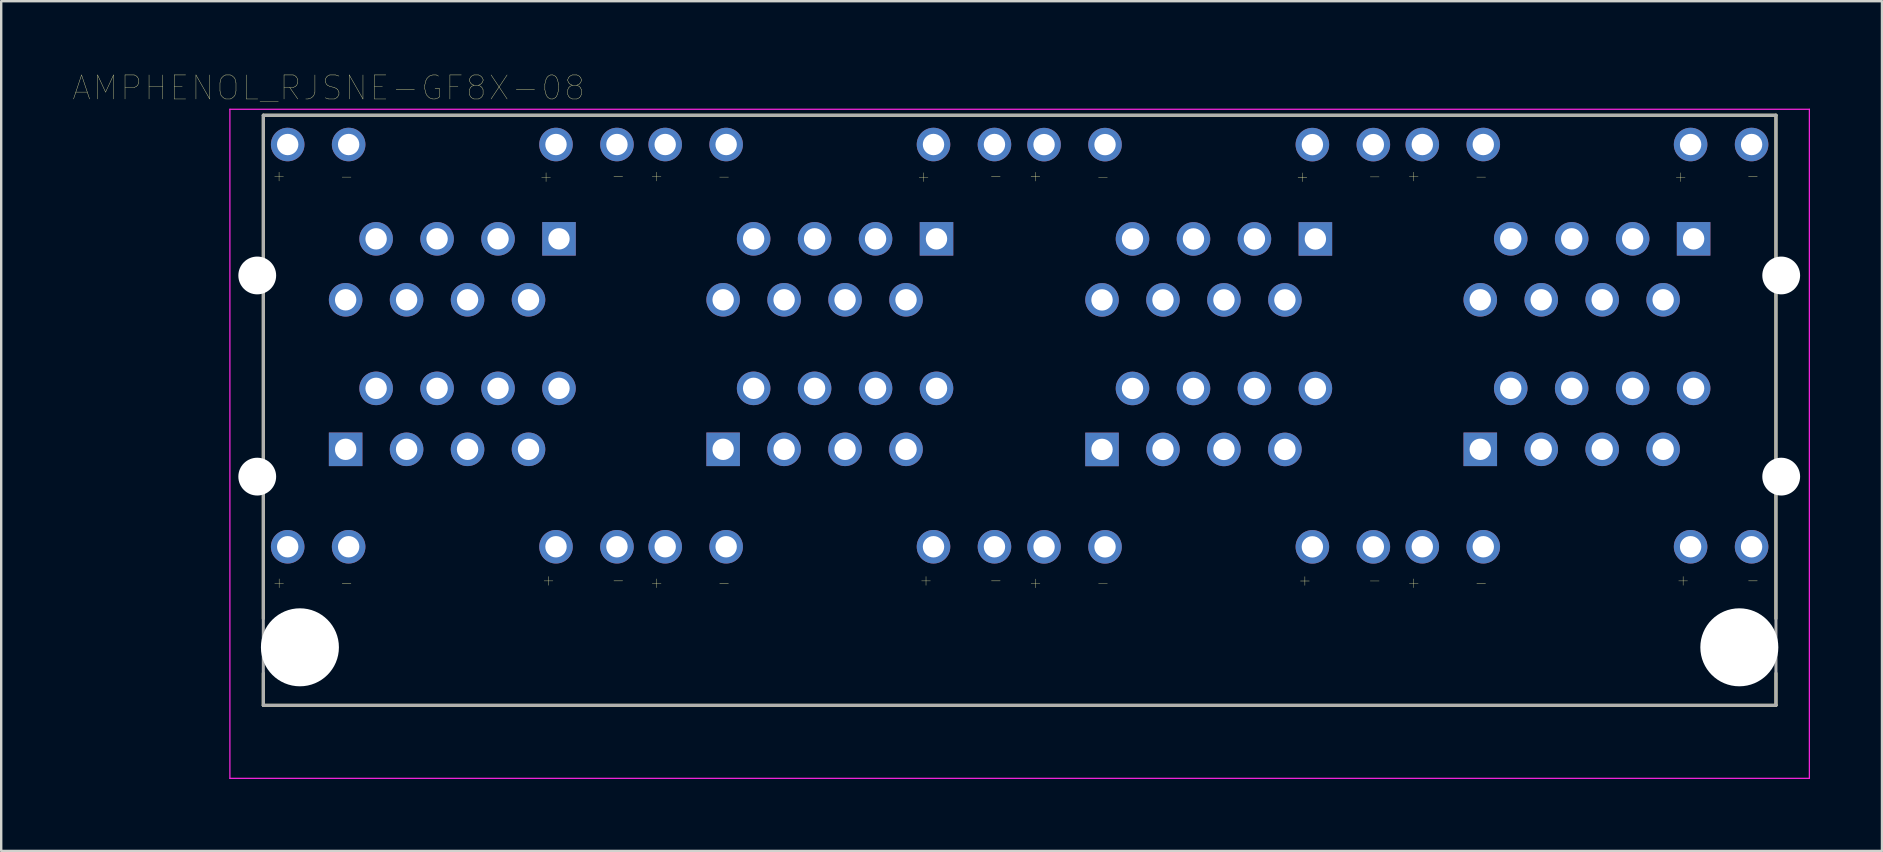
<source format=kicad_pcb>
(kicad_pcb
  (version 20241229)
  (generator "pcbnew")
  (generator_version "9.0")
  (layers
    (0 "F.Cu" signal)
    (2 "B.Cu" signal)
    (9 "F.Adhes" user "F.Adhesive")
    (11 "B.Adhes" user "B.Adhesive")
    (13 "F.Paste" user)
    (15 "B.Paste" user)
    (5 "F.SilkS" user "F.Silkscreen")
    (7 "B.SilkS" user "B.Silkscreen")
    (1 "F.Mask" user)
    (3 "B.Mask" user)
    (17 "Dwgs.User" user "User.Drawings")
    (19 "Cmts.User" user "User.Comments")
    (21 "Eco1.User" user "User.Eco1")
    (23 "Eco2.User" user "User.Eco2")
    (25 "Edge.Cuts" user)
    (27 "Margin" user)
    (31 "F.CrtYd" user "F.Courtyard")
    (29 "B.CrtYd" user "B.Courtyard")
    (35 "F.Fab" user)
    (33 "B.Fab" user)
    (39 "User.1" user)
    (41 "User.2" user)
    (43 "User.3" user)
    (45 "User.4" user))
  (footprint "AMPHENOL_RJSNE-GF8X-08"
    (layer "F.Cu")
    (at 15.797 23.922)
    (property "Reference" "AMPHENOL_RJSNE-GF8X-08" (at -5.153 -23.311 0) (layer "F.SilkS") (effects (font (size 1.001 1.001) (thickness 0.015))))
    (attr through_hole)
    (fp_line (start -7.876 1.08) (end -7.876 2.416) (stroke (width 0.127) (type solid)) (layer "F.SilkS"))
    (fp_line (start -7.876 2.416) (end 55.154 2.416) (stroke (width 0.127) (type solid)) (layer "F.SilkS"))
    (fp_line (start -7.875 -22.17) (end -7.875 -1.196) (stroke (width 0.127) (type solid)) (layer "F.SilkS"))
    (fp_line (start -7.875 -22.17) (end 55.153 -22.17) (stroke (width 0.127) (type solid)) (layer "F.SilkS"))
    (fp_line (start 55.153 -22.17) (end 55.151 -1.196) (stroke (width 0.127) (type solid)) (layer "F.SilkS"))
    (fp_line (start 55.154 2.416) (end 55.154 1.08) (stroke (width 0.127) (type solid)) (layer "F.SilkS"))
    (fp_line (start -9.268 -22.42) (end -9.268 5.46) (stroke (width 0.05) (type solid)) (layer "F.CrtYd"))
    (fp_line (start -9.268 5.46) (end 56.545 5.46) (stroke (width 0.05) (type solid)) (layer "F.CrtYd"))
    (fp_line (start 56.545 -22.42) (end -9.268 -22.42) (stroke (width 0.05) (type solid)) (layer "F.CrtYd"))
    (fp_line (start 56.545 5.46) (end 56.545 -22.42) (stroke (width 0.05) (type solid)) (layer "F.CrtYd"))
    (fp_line (start -7.875 -22.17) (end -7.875 2.416) (stroke (width 0.127) (type solid)) (layer "F.Fab"))
    (fp_line (start -7.875 2.416) (end 55.153 2.416) (stroke (width 0.127) (type solid)) (layer "F.Fab"))
    (fp_line (start 55.153 -22.17) (end -7.875 -22.17) (stroke (width 0.127) (type solid)) (layer "F.Fab"))
    (fp_line (start 55.153 2.416) (end 55.153 -22.17) (stroke (width 0.127) (type solid)) (layer "F.Fab"))
    (fp_text user "-" (at 11.324 -2.704 0) (layer "F.SilkS") (effects (font (size 0.481 0.481) (thickness 0.015))))
    (fp_text user "+" (at 51.285 -2.805 0) (layer "F.SilkS") (effects (font (size 0.481 0.481) (thickness 0.015))))
    (fp_text user "+" (at 24.301 -2.702 0) (layer "F.SilkS") (effects (font (size 0.481 0.481) (thickness 0.015))))
    (fp_text user "-" (at 6.917 -2.807 0) (layer "F.SilkS") (effects (font (size 0.481 0.481) (thickness 0.015))))
    (fp_text user "+" (at 19.636 -19.628 0) (layer "F.SilkS") (effects (font (size 0.481 0.481) (thickness 0.015))))
    (fp_text user "-" (at 42.87 -19.631 0) (layer "F.SilkS") (effects (font (size 0.481 0.481) (thickness 0.015))))
    (fp_text user "+" (at 8.511 -19.653 0) (layer "F.SilkS") (effects (font (size 0.481 0.481) (thickness 0.015))))
    (fp_text user "+" (at 24.298 -19.649 0) (layer "F.SilkS") (effects (font (size 0.481 0.481) (thickness 0.015))))
    (fp_text user "+" (at 4.008 -2.805 0) (layer "F.SilkS") (effects (font (size 0.481 0.481) (thickness 0.015))))
    (fp_text user "+" (at 3.906 -19.628 0) (layer "F.SilkS") (effects (font (size 0.481 0.481) (thickness 0.015))))
    (fp_text user "+" (at -7.219 -19.653 0) (layer "F.SilkS") (effects (font (size 0.481 0.481) (thickness 0.015))))
    (fp_text user "-" (at 27.111 -2.7 0) (layer "F.SilkS") (effects (font (size 0.481 0.481) (thickness 0.015))))
    (fp_text user "-" (at 38.433 -19.64 0) (layer "F.SilkS") (effects (font (size 0.481 0.481) (thickness 0.015))))
    (fp_text user "+" (at 40.058 -19.653 0) (layer "F.SilkS") (effects (font (size 0.481 0.481) (thickness 0.015))))
    (fp_text user "+" (at 8.514 -2.706 0) (layer "F.SilkS") (effects (font (size 0.481 0.481) (thickness 0.015))))
    (fp_text user "+" (at 35.525 -2.801 0) (layer "F.SilkS") (effects (font (size 0.481 0.481) (thickness 0.015))))
    (fp_text user "-" (at 38.434 -2.803 0) (layer "F.SilkS") (effects (font (size 0.481 0.481) (thickness 0.015))))
    (fp_text user "-" (at 54.194 -2.807 0) (layer "F.SilkS") (effects (font (size 0.481 0.481) (thickness 0.015))))
    (fp_text user "+" (at 40.061 -2.706 0) (layer "F.SilkS") (effects (font (size 0.481 0.481) (thickness 0.015))))
    (fp_text user "-" (at 11.323 -19.631 0) (layer "F.SilkS") (effects (font (size 0.481 0.481) (thickness 0.015))))
    (fp_text user "+" (at 51.183 -19.628 0) (layer "F.SilkS") (effects (font (size 0.481 0.481) (thickness 0.015))))
    (fp_text user "+" (at 35.423 -19.624 0) (layer "F.SilkS") (effects (font (size 0.481 0.481) (thickness 0.015))))
    (fp_text user "-" (at 54.193 -19.644 0) (layer "F.SilkS") (effects (font (size 0.481 0.481) (thickness 0.015))))
    (fp_text user "-" (at 42.871 -2.704 0) (layer "F.SilkS") (effects (font (size 0.481 0.481) (thickness 0.015))))
    (fp_text user "+" (at 19.738 -2.805 0) (layer "F.SilkS") (effects (font (size 0.481 0.481) (thickness 0.015))))
    (fp_text user "-" (at 6.915 -19.644 0) (layer "F.SilkS") (effects (font (size 0.481 0.481) (thickness 0.015))))
    (fp_text user "-" (at -4.406 -2.704 0) (layer "F.SilkS") (effects (font (size 0.481 0.481) (thickness 0.015))))
    (fp_text user "-" (at 22.647 -2.807 0) (layer "F.SilkS") (effects (font (size 0.481 0.481) (thickness 0.015))))
    (fp_text user "-" (at -4.407 -19.631 0) (layer "F.SilkS") (effects (font (size 0.481 0.481) (thickness 0.015))))
    (fp_text user "-" (at 22.645 -19.644 0) (layer "F.SilkS") (effects (font (size 0.481 0.481) (thickness 0.015))))
    (fp_text user "-" (at 27.11 -19.628 0) (layer "F.SilkS") (effects (font (size 0.481 0.481) (thickness 0.015))))
    (fp_text user "+" (at -7.216 -2.706 0) (layer "F.SilkS") (effects (font (size 0.481 0.481) (thickness 0.015))))
    (pad "" np_thru_hole circle (at -8.128 -15.494) (size 1.575 1.575) (drill 1.575) (layers "*.Cu" "*.Mask"))
    (pad "" np_thru_hole circle (at -8.128 -7.112) (size 1.575 1.575) (drill 1.575) (layers "*.Cu" "*.Mask"))
    (pad "" np_thru_hole circle (at -6.35 0) (size 3.25 3.25) (drill 3.25) (layers "*.Cu" "*.Mask"))
    (pad "" np_thru_hole circle (at 53.627 0) (size 3.25 3.25) (drill 3.25) (layers "*.Cu" "*.Mask"))
    (pad "" np_thru_hole circle (at 55.372 -15.494) (size 1.575 1.575) (drill 1.575) (layers "*.Cu" "*.Mask"))
    (pad "" np_thru_hole circle (at 55.372 -7.112) (size 1.575 1.575) (drill 1.575) (layers "*.Cu" "*.Mask"))
    (pad "11" thru_hole rect (at -4.445 -8.25) (size 1.398 1.398) (drill 0.89) (layers "*.Cu" "*.Mask"))
    (pad "12" thru_hole circle (at -3.175 -10.79) (size 1.398 1.398) (drill 0.89) (layers "*.Cu" "*.Mask"))
    (pad "13" thru_hole circle (at -1.905 -8.25) (size 1.398 1.398) (drill 0.89) (layers "*.Cu" "*.Mask"))
    (pad "14" thru_hole circle (at -0.635 -10.79) (size 1.398 1.398) (drill 0.89) (layers "*.Cu" "*.Mask"))
    (pad "15" thru_hole circle (at 0.635 -8.25) (size 1.398 1.398) (drill 0.89) (layers "*.Cu" "*.Mask"))
    (pad "16" thru_hole circle (at 1.905 -10.79) (size 1.398 1.398) (drill 0.89) (layers "*.Cu" "*.Mask"))
    (pad "17" thru_hole circle (at 3.175 -8.25) (size 1.398 1.398) (drill 0.89) (layers "*.Cu" "*.Mask"))
    (pad "18" thru_hole circle (at 4.445 -10.79) (size 1.398 1.398) (drill 0.89) (layers "*.Cu" "*.Mask"))
    (pad "19" thru_hole circle (at 6.86 -4.19) (size 1.398 1.398) (drill 0.89) (layers "*.Cu" "*.Mask"))
    (pad "21" thru_hole rect (at 4.445 -17.02) (size 1.398 1.398) (drill 0.89) (layers "*.Cu" "*.Mask"))
    (pad "22" thru_hole circle (at 3.175 -14.48) (size 1.398 1.398) (drill 0.89) (layers "*.Cu" "*.Mask"))
    (pad "23" thru_hole circle (at 1.905 -17.02) (size 1.398 1.398) (drill 0.89) (layers "*.Cu" "*.Mask"))
    (pad "24" thru_hole circle (at 0.635 -14.48) (size 1.398 1.398) (drill 0.89) (layers "*.Cu" "*.Mask"))
    (pad "25" thru_hole circle (at -0.635 -17.02) (size 1.398 1.398) (drill 0.89) (layers "*.Cu" "*.Mask"))
    (pad "26" thru_hole circle (at -1.905 -14.48) (size 1.398 1.398) (drill 0.89) (layers "*.Cu" "*.Mask"))
    (pad "27" thru_hole circle (at -3.175 -17.02) (size 1.398 1.398) (drill 0.89) (layers "*.Cu" "*.Mask"))
    (pad "28" thru_hole circle (at -4.445 -14.48) (size 1.398 1.398) (drill 0.89) (layers "*.Cu" "*.Mask"))
    (pad "29" thru_hole circle (at 6.86 -20.95) (size 1.398 1.398) (drill 0.89) (layers "*.Cu" "*.Mask"))
    (pad "31" thru_hole rect (at 11.285 -8.25) (size 1.398 1.398) (drill 0.89) (layers "*.Cu" "*.Mask"))
    (pad "32" thru_hole circle (at 12.555 -10.79) (size 1.398 1.398) (drill 0.89) (layers "*.Cu" "*.Mask"))
    (pad "33" thru_hole circle (at 13.825 -8.25) (size 1.398 1.398) (drill 0.89) (layers "*.Cu" "*.Mask"))
    (pad "34" thru_hole circle (at 15.095 -10.79) (size 1.398 1.398) (drill 0.89) (layers "*.Cu" "*.Mask"))
    (pad "35" thru_hole circle (at 16.365 -8.25) (size 1.398 1.398) (drill 0.89) (layers "*.Cu" "*.Mask"))
    (pad "36" thru_hole circle (at 17.635 -10.79) (size 1.398 1.398) (drill 0.89) (layers "*.Cu" "*.Mask"))
    (pad "37" thru_hole circle (at 18.905 -8.25) (size 1.398 1.398) (drill 0.89) (layers "*.Cu" "*.Mask"))
    (pad "38" thru_hole circle (at 20.175 -10.79) (size 1.398 1.398) (drill 0.89) (layers "*.Cu" "*.Mask"))
    (pad "39" thru_hole circle (at 22.59 -4.19) (size 1.398 1.398) (drill 0.89) (layers "*.Cu" "*.Mask"))
    (pad "41" thru_hole rect (at 20.175 -17.02) (size 1.398 1.398) (drill 0.89) (layers "*.Cu" "*.Mask"))
    (pad "42" thru_hole circle (at 18.905 -14.48) (size 1.398 1.398) (drill 0.89) (layers "*.Cu" "*.Mask"))
    (pad "43" thru_hole circle (at 17.635 -17.02) (size 1.398 1.398) (drill 0.89) (layers "*.Cu" "*.Mask"))
    (pad "44" thru_hole circle (at 16.365 -14.48) (size 1.398 1.398) (drill 0.89) (layers "*.Cu" "*.Mask"))
    (pad "45" thru_hole circle (at 15.095 -17.02) (size 1.398 1.398) (drill 0.89) (layers "*.Cu" "*.Mask"))
    (pad "46" thru_hole circle (at 13.825 -14.48) (size 1.398 1.398) (drill 0.89) (layers "*.Cu" "*.Mask"))
    (pad "47" thru_hole circle (at 12.555 -17.02) (size 1.398 1.398) (drill 0.89) (layers "*.Cu" "*.Mask"))
    (pad "48" thru_hole circle (at 11.285 -14.48) (size 1.398 1.398) (drill 0.89) (layers "*.Cu" "*.Mask"))
    (pad "49" thru_hole circle (at 22.59 -20.95) (size 1.398 1.398) (drill 0.89) (layers "*.Cu" "*.Mask"))
    (pad "51" thru_hole rect (at 27.072 -8.246) (size 1.398 1.398) (drill 0.89) (layers "*.Cu" "*.Mask"))
    (pad "52" thru_hole circle (at 28.342 -10.786) (size 1.398 1.398) (drill 0.89) (layers "*.Cu" "*.Mask"))
    (pad "53" thru_hole circle (at 29.612 -8.246) (size 1.398 1.398) (drill 0.89) (layers "*.Cu" "*.Mask"))
    (pad "54" thru_hole circle (at 30.882 -10.786) (size 1.398 1.398) (drill 0.89) (layers "*.Cu" "*.Mask"))
    (pad "55" thru_hole circle (at 32.152 -8.246) (size 1.398 1.398) (drill 0.89) (layers "*.Cu" "*.Mask"))
    (pad "56" thru_hole circle (at 33.422 -10.786) (size 1.398 1.398) (drill 0.89) (layers "*.Cu" "*.Mask"))
    (pad "57" thru_hole circle (at 34.692 -8.246) (size 1.398 1.398) (drill 0.89) (layers "*.Cu" "*.Mask"))
    (pad "58" thru_hole circle (at 35.962 -10.786) (size 1.398 1.398) (drill 0.89) (layers "*.Cu" "*.Mask"))
    (pad "59" thru_hole circle (at 38.377 -4.186) (size 1.398 1.398) (drill 0.89) (layers "*.Cu" "*.Mask"))
    (pad "61" thru_hole rect (at 35.962 -17.016) (size 1.398 1.398) (drill 0.89) (layers "*.Cu" "*.Mask"))
    (pad "62" thru_hole circle (at 34.692 -14.476) (size 1.398 1.398) (drill 0.89) (layers "*.Cu" "*.Mask"))
    (pad "63" thru_hole circle (at 33.422 -17.016) (size 1.398 1.398) (drill 0.89) (layers "*.Cu" "*.Mask"))
    (pad "64" thru_hole circle (at 32.152 -14.476) (size 1.398 1.398) (drill 0.89) (layers "*.Cu" "*.Mask"))
    (pad "65" thru_hole circle (at 30.882 -17.016) (size 1.398 1.398) (drill 0.89) (layers "*.Cu" "*.Mask"))
    (pad "66" thru_hole circle (at 29.612 -14.476) (size 1.398 1.398) (drill 0.89) (layers "*.Cu" "*.Mask"))
    (pad "67" thru_hole circle (at 28.342 -17.016) (size 1.398 1.398) (drill 0.89) (layers "*.Cu" "*.Mask"))
    (pad "68" thru_hole circle (at 27.072 -14.476) (size 1.398 1.398) (drill 0.89) (layers "*.Cu" "*.Mask"))
    (pad "69" thru_hole circle (at 38.377 -20.946) (size 1.398 1.398) (drill 0.89) (layers "*.Cu" "*.Mask"))
    (pad "71" thru_hole rect (at 42.833 -8.25) (size 1.398 1.398) (drill 0.89) (layers "*.Cu" "*.Mask"))
    (pad "72" thru_hole circle (at 44.102 -10.79) (size 1.398 1.398) (drill 0.89) (layers "*.Cu" "*.Mask"))
    (pad "73" thru_hole circle (at 45.373 -8.25) (size 1.398 1.398) (drill 0.89) (layers "*.Cu" "*.Mask"))
    (pad "74" thru_hole circle (at 46.642 -10.79) (size 1.398 1.398) (drill 0.89) (layers "*.Cu" "*.Mask"))
    (pad "75" thru_hole circle (at 47.913 -8.25) (size 1.398 1.398) (drill 0.89) (layers "*.Cu" "*.Mask"))
    (pad "76" thru_hole circle (at 49.182 -10.79) (size 1.398 1.398) (drill 0.89) (layers "*.Cu" "*.Mask"))
    (pad "77" thru_hole circle (at 50.453 -8.25) (size 1.398 1.398) (drill 0.89) (layers "*.Cu" "*.Mask"))
    (pad "78" thru_hole circle (at 51.722 -10.79) (size 1.398 1.398) (drill 0.89) (layers "*.Cu" "*.Mask"))
    (pad "79" thru_hole circle (at 54.138 -4.19) (size 1.398 1.398) (drill 0.89) (layers "*.Cu" "*.Mask"))
    (pad "81" thru_hole rect (at 51.722 -17.02) (size 1.398 1.398) (drill 0.89) (layers "*.Cu" "*.Mask"))
    (pad "82" thru_hole circle (at 50.453 -14.48) (size 1.398 1.398) (drill 0.89) (layers "*.Cu" "*.Mask"))
    (pad "83" thru_hole circle (at 49.182 -17.02) (size 1.398 1.398) (drill 0.89) (layers "*.Cu" "*.Mask"))
    (pad "84" thru_hole circle (at 47.913 -14.48) (size 1.398 1.398) (drill 0.89) (layers "*.Cu" "*.Mask"))
    (pad "85" thru_hole circle (at 46.642 -17.02) (size 1.398 1.398) (drill 0.89) (layers "*.Cu" "*.Mask"))
    (pad "86" thru_hole circle (at 45.373 -14.48) (size 1.398 1.398) (drill 0.89) (layers "*.Cu" "*.Mask"))
    (pad "87" thru_hole circle (at 44.102 -17.02) (size 1.398 1.398) (drill 0.89) (layers "*.Cu" "*.Mask"))
    (pad "88" thru_hole circle (at 42.833 -14.48) (size 1.398 1.398) (drill 0.89) (layers "*.Cu" "*.Mask"))
    (pad "89" thru_hole circle (at 54.138 -20.95) (size 1.398 1.398) (drill 0.89) (layers "*.Cu" "*.Mask"))
    (pad "110" thru_hole circle (at 4.32 -4.19) (size 1.398 1.398) (drill 0.89) (layers "*.Cu" "*.Mask"))
    (pad "111" thru_hole circle (at -4.32 -4.19) (size 1.398 1.398) (drill 0.89) (layers "*.Cu" "*.Mask"))
    (pad "112" thru_hole circle (at -6.86 -4.19) (size 1.398 1.398) (drill 0.89) (layers "*.Cu" "*.Mask"))
    (pad "210" thru_hole circle (at 4.32 -20.95) (size 1.398 1.398) (drill 0.89) (layers "*.Cu" "*.Mask"))
    (pad "211" thru_hole circle (at -4.32 -20.95) (size 1.398 1.398) (drill 0.89) (layers "*.Cu" "*.Mask"))
    (pad "212" thru_hole circle (at -6.86 -20.95) (size 1.398 1.398) (drill 0.89) (layers "*.Cu" "*.Mask"))
    (pad "310" thru_hole circle (at 20.05 -4.19) (size 1.398 1.398) (drill 0.89) (layers "*.Cu" "*.Mask"))
    (pad "311" thru_hole circle (at 11.41 -4.19) (size 1.398 1.398) (drill 0.89) (layers "*.Cu" "*.Mask"))
    (pad "312" thru_hole circle (at 8.87 -4.19) (size 1.398 1.398) (drill 0.89) (layers "*.Cu" "*.Mask"))
    (pad "410" thru_hole circle (at 20.05 -20.95) (size 1.398 1.398) (drill 0.89) (layers "*.Cu" "*.Mask"))
    (pad "411" thru_hole circle (at 11.41 -20.95) (size 1.398 1.398) (drill 0.89) (layers "*.Cu" "*.Mask"))
    (pad "412" thru_hole circle (at 8.87 -20.95) (size 1.398 1.398) (drill 0.89) (layers "*.Cu" "*.Mask"))
    (pad "510" thru_hole circle (at 35.837 -4.186) (size 1.398 1.398) (drill 0.89) (layers "*.Cu" "*.Mask"))
    (pad "511" thru_hole circle (at 27.197 -4.186) (size 1.398 1.398) (drill 0.89) (layers "*.Cu" "*.Mask"))
    (pad "512" thru_hole circle (at 24.657 -4.186) (size 1.398 1.398) (drill 0.89) (layers "*.Cu" "*.Mask"))
    (pad "610" thru_hole circle (at 35.837 -20.946) (size 1.398 1.398) (drill 0.89) (layers "*.Cu" "*.Mask"))
    (pad "611" thru_hole circle (at 27.197 -20.946) (size 1.398 1.398) (drill 0.89) (layers "*.Cu" "*.Mask"))
    (pad "612" thru_hole circle (at 24.657 -20.946) (size 1.398 1.398) (drill 0.89) (layers "*.Cu" "*.Mask"))
    (pad "710" thru_hole circle (at 51.597 -4.19) (size 1.398 1.398) (drill 0.89) (layers "*.Cu" "*.Mask"))
    (pad "711" thru_hole circle (at 42.958 -4.19) (size 1.398 1.398) (drill 0.89) (layers "*.Cu" "*.Mask"))
    (pad "712" thru_hole circle (at 40.417 -4.19) (size 1.398 1.398) (drill 0.89) (layers "*.Cu" "*.Mask"))
    (pad "810" thru_hole circle (at 51.597 -20.95) (size 1.398 1.398) (drill 0.89) (layers "*.Cu" "*.Mask"))
    (pad "811" thru_hole circle (at 42.958 -20.95) (size 1.398 1.398) (drill 0.89) (layers "*.Cu" "*.Mask"))
    (pad "812" thru_hole circle (at 40.417 -20.95) (size 1.398 1.398) (drill 0.89) (layers "*.Cu" "*.Mask")))
  (gr_rect
    (start -3 -3)
    (end 75.368 32.407)
    (stroke (width 0.1) (type default))
    (fill no)
    (layer "Edge.Cuts")))
</source>
